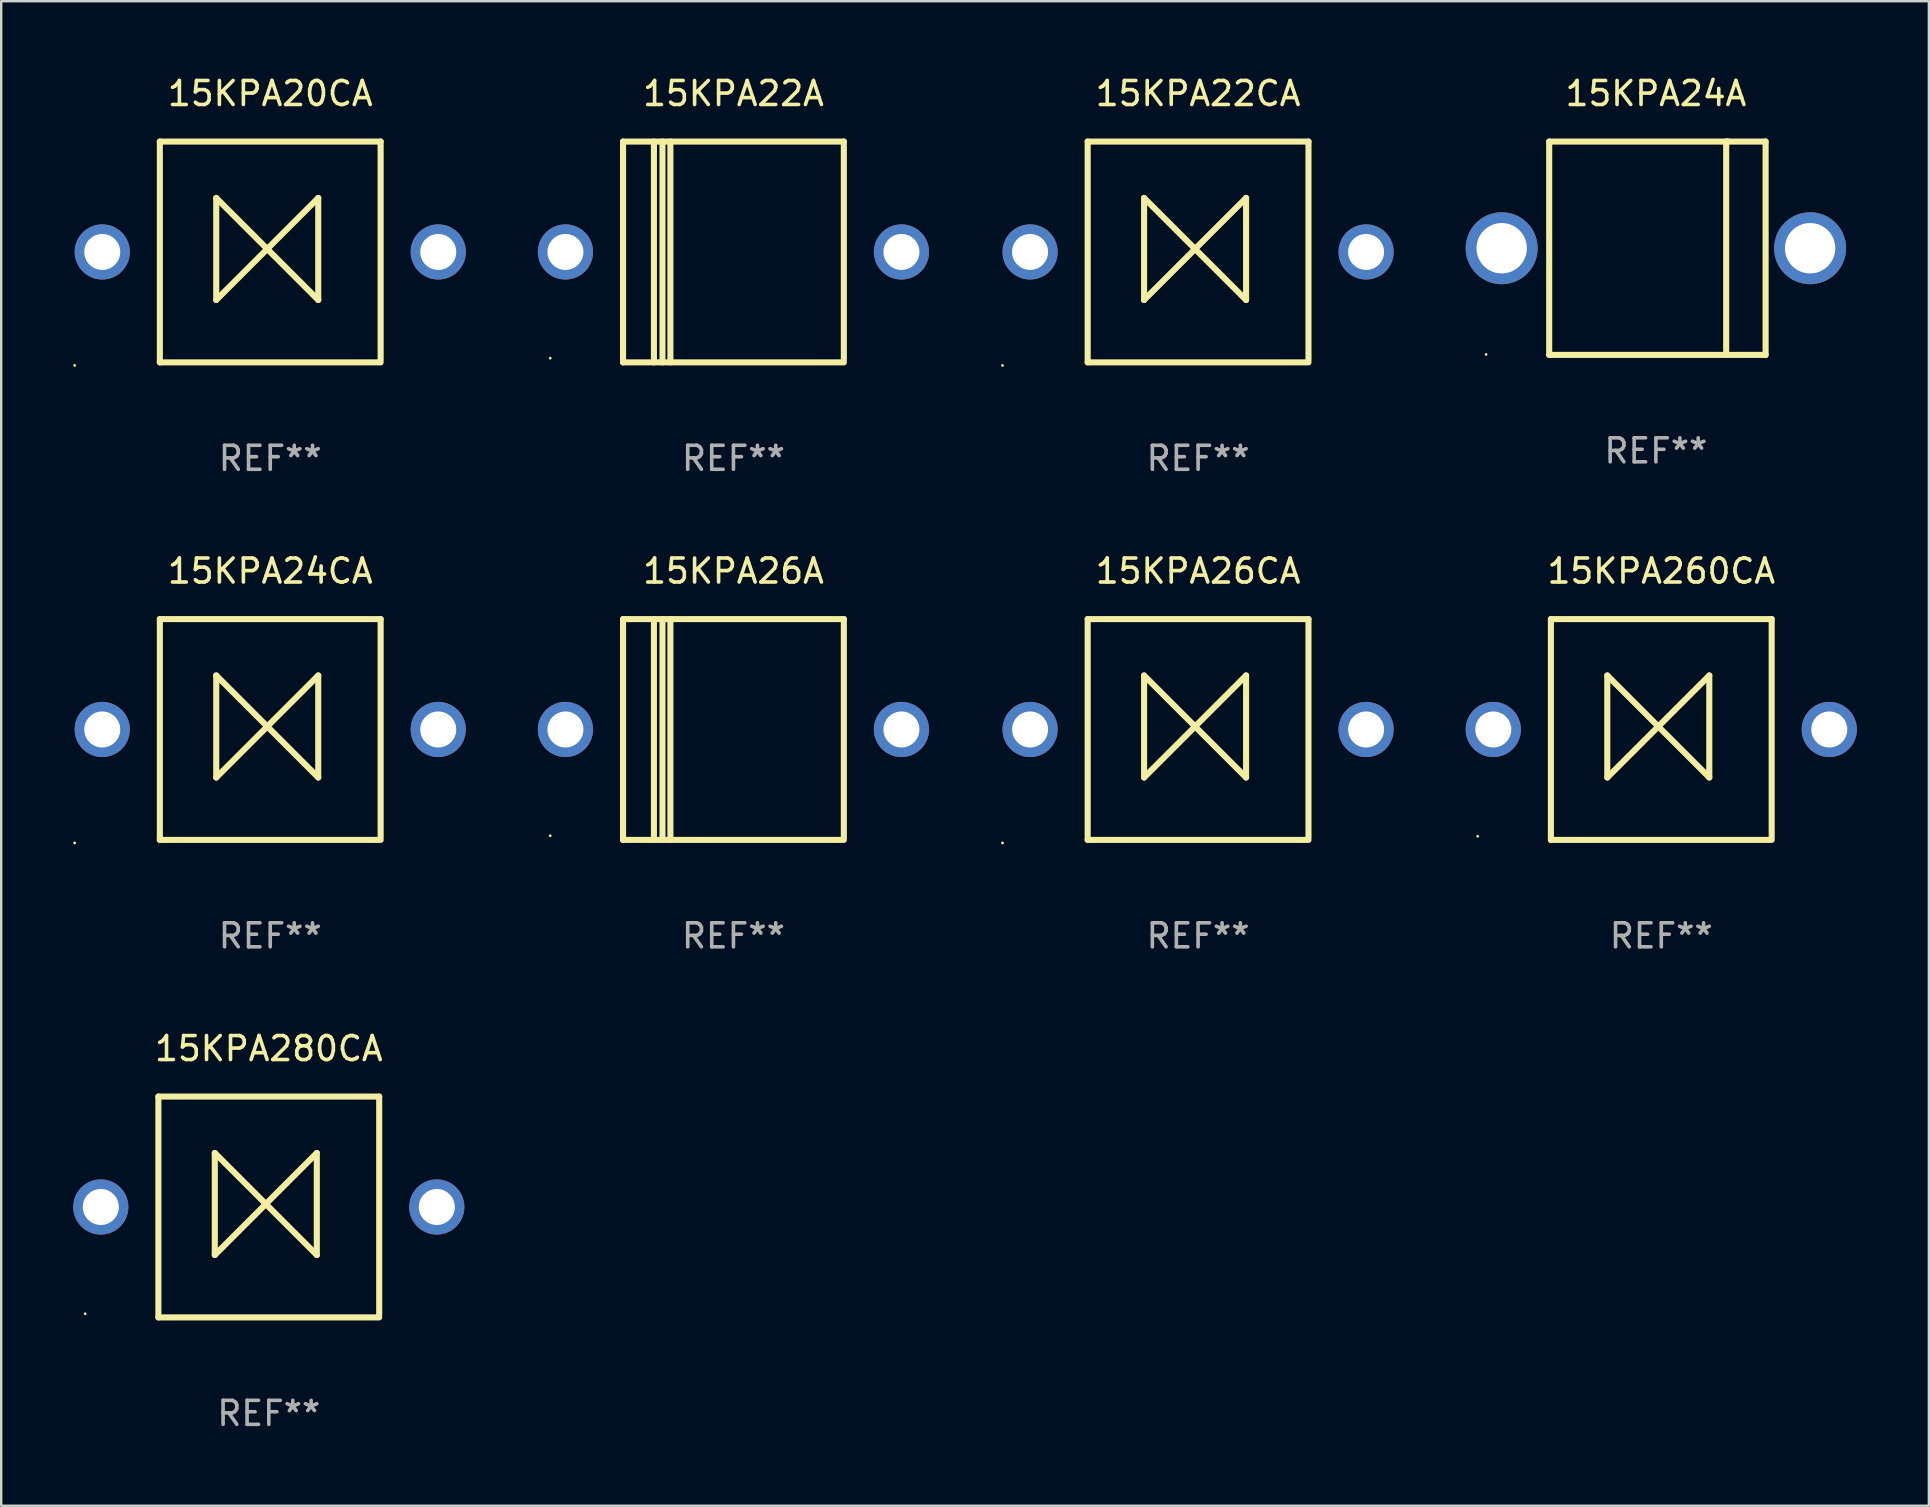
<source format=kicad_pcb>
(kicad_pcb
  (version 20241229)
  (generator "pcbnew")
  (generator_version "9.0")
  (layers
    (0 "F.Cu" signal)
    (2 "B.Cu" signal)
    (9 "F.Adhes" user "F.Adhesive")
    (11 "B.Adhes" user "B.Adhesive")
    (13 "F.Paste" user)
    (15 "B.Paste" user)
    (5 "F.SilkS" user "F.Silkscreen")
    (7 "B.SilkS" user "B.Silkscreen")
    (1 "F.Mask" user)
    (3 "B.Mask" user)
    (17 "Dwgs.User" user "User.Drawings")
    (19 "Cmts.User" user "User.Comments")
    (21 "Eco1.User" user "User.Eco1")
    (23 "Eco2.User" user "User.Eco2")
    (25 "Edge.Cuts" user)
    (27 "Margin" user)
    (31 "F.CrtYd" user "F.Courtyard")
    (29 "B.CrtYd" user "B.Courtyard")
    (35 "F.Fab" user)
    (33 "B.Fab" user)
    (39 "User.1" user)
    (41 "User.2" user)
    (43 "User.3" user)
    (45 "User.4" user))
  (footprint "15KPA26A"
    (layer "F.Cu")
    (at 27.51 27.345)
    (property "Reference" "15KPA26A" (at 0 -6.6 0) (layer "F.SilkS") (effects (font (size 1 1) (thickness 0.15))))
    (attr through_hole)
    (fp_line (start -4.6 -4.6) (end -4.6 4.6) (stroke (width 0.254) (type solid)) (layer "F.SilkS"))
    (fp_line (start -4.6 -4.6) (end 4.6 -4.6) (stroke (width 0.254) (type solid)) (layer "F.SilkS"))
    (fp_line (start -4.6 4.6) (end 4.6 4.6) (stroke (width 0.254) (type solid)) (layer "F.SilkS"))
    (fp_line (start -3.313 -4.6) (end -3.313 4.6) (stroke (width 0.254) (type solid)) (layer "F.SilkS"))
    (fp_line (start -2.957 -4.6) (end -2.957 4.6) (stroke (width 0.254) (type solid)) (layer "F.SilkS"))
    (fp_line (start -2.627 -4.6) (end -2.627 4.6) (stroke (width 0.254) (type solid)) (layer "F.SilkS"))
    (fp_line (start 4.6 -4.6) (end 4.6 4.5) (stroke (width 0.254) (type solid)) (layer "F.SilkS"))
    (fp_circle (center -7.635 4.425) (end -7.605 4.425) (stroke (width 0.06) (type solid)) (fill no) (layer "F.SilkS"))
    (fp_text user "REF**" (at 0 8.6 0) (layer "F.Fab") (effects (font (size 1 1) (thickness 0.15))))
    (pad "1" thru_hole circle (at -7 0) (size 2.3 2.3) (drill 1.5) (layers "*.Cu" "*.Mask"))
    (pad "2" thru_hole circle (at 7 0) (size 2.3 2.3) (drill 1.5) (layers "*.Cu" "*.Mask")))
  (footprint "15KPA22CA"
    (layer "F.Cu")
    (at 46.87 7.448)
    (property "Reference" "15KPA22CA" (at 0 -6.6 0) (layer "F.SilkS") (effects (font (size 1 1) (thickness 0.15))))
    (attr through_hole)
    (fp_line (start -4.6 -4.6) (end -4.6 4.6) (stroke (width 0.254) (type solid)) (layer "F.SilkS"))
    (fp_line (start -4.6 -4.6) (end 4.6 -4.6) (stroke (width 0.254) (type solid)) (layer "F.SilkS"))
    (fp_line (start -4.6 4.6) (end 4.6 4.6) (stroke (width 0.254) (type solid)) (layer "F.SilkS"))
    (fp_line (start -2.25 -2.25) (end -2.25 2) (stroke (width 0.254) (type solid)) (layer "F.SilkS"))
    (fp_line (start -2.25 2) (end 2 -2.25) (stroke (width 0.254) (type solid)) (layer "F.SilkS"))
    (fp_line (start 2 -2.25) (end 2 2) (stroke (width 0.254) (type solid)) (layer "F.SilkS"))
    (fp_line (start 2 2) (end -2.25 -2.25) (stroke (width 0.254) (type solid)) (layer "F.SilkS"))
    (fp_line (start 4.6 -4.6) (end 4.6 4.5) (stroke (width 0.254) (type solid)) (layer "F.SilkS"))
    (fp_circle (center -8.15 4.727) (end -8.12 4.727) (stroke (width 0.06) (type solid)) (fill no) (layer "F.SilkS"))
    (fp_text user "REF**" (at 0 8.6 0) (layer "F.Fab") (effects (font (size 1 1) (thickness 0.15))))
    (pad "1" thru_hole circle (at -7 0) (size 2.3 2.3) (drill 1.5) (layers "*.Cu" "*.Mask"))
    (pad "2" thru_hole circle (at 7 0) (size 2.3 2.3) (drill 1.5) (layers "*.Cu" "*.Mask")))
  (footprint "15KPA26CA"
    (layer "F.Cu")
    (at 46.87 27.345)
    (property "Reference" "15KPA26CA" (at 0 -6.6 0) (layer "F.SilkS") (effects (font (size 1 1) (thickness 0.15))))
    (attr through_hole)
    (fp_line (start -4.6 -4.6) (end -4.6 4.6) (stroke (width 0.254) (type solid)) (layer "F.SilkS"))
    (fp_line (start -4.6 -4.6) (end 4.6 -4.6) (stroke (width 0.254) (type solid)) (layer "F.SilkS"))
    (fp_line (start -4.6 4.6) (end 4.6 4.6) (stroke (width 0.254) (type solid)) (layer "F.SilkS"))
    (fp_line (start -2.25 -2.25) (end -2.25 2) (stroke (width 0.254) (type solid)) (layer "F.SilkS"))
    (fp_line (start -2.25 2) (end 2 -2.25) (stroke (width 0.254) (type solid)) (layer "F.SilkS"))
    (fp_line (start 2 -2.25) (end 2 2) (stroke (width 0.254) (type solid)) (layer "F.SilkS"))
    (fp_line (start 2 2) (end -2.25 -2.25) (stroke (width 0.254) (type solid)) (layer "F.SilkS"))
    (fp_line (start 4.6 -4.6) (end 4.6 4.5) (stroke (width 0.254) (type solid)) (layer "F.SilkS"))
    (fp_circle (center -8.15 4.727) (end -8.12 4.727) (stroke (width 0.06) (type solid)) (fill no) (layer "F.SilkS"))
    (fp_text user "REF**" (at 0 8.6 0) (layer "F.Fab") (effects (font (size 1 1) (thickness 0.15))))
    (pad "1" thru_hole circle (at -7 0) (size 2.3 2.3) (drill 1.5) (layers "*.Cu" "*.Mask"))
    (pad "2" thru_hole circle (at 7 0) (size 2.3 2.3) (drill 1.5) (layers "*.Cu" "*.Mask")))
  (footprint "15KPA280CA"
    (layer "F.Cu")
    (at 8.15 47.241)
    (property "Reference" "15KPA280CA" (at 0 -6.6 0) (layer "F.SilkS") (effects (font (size 1 1) (thickness 0.15))))
    (attr through_hole)
    (fp_line (start -4.6 -4.6) (end -4.6 4.6) (stroke (width 0.254) (type solid)) (layer "F.SilkS"))
    (fp_line (start -4.6 -4.6) (end 4.6 -4.6) (stroke (width 0.254) (type solid)) (layer "F.SilkS"))
    (fp_line (start -4.6 4.6) (end 4.6 4.6) (stroke (width 0.254) (type solid)) (layer "F.SilkS"))
    (fp_line (start -2.25 -2.25) (end -2.25 2) (stroke (width 0.254) (type solid)) (layer "F.SilkS"))
    (fp_line (start -2.25 2) (end 2 -2.25) (stroke (width 0.254) (type solid)) (layer "F.SilkS"))
    (fp_line (start 2 -2.25) (end 2 2) (stroke (width 0.254) (type solid)) (layer "F.SilkS"))
    (fp_line (start 2 2) (end -2.25 -2.25) (stroke (width 0.254) (type solid)) (layer "F.SilkS"))
    (fp_line (start 4.6 -4.6) (end 4.6 4.5) (stroke (width 0.254) (type solid)) (layer "F.SilkS"))
    (fp_circle (center -7.65 4.45) (end -7.62 4.45) (stroke (width 0.06) (type solid)) (fill no) (layer "F.SilkS"))
    (fp_text user "REF**" (at 0 8.6 0) (layer "F.Fab") (effects (font (size 1 1) (thickness 0.15))))
    (pad "1" thru_hole circle (at -7 0) (size 2.3 2.3) (drill 1.5) (layers "*.Cu" "*.Mask"))
    (pad "2" thru_hole circle (at 7 0) (size 2.3 2.3) (drill 1.5) (layers "*.Cu" "*.Mask")))
  (footprint "15KPA20CA"
    (layer "F.Cu")
    (at 8.21 7.448)
    (property "Reference" "15KPA20CA" (at 0 -6.6 0) (layer "F.SilkS") (effects (font (size 1 1) (thickness 0.15))))
    (attr through_hole)
    (fp_line (start -4.6 -4.6) (end -4.6 4.6) (stroke (width 0.254) (type solid)) (layer "F.SilkS"))
    (fp_line (start -4.6 -4.6) (end 4.6 -4.6) (stroke (width 0.254) (type solid)) (layer "F.SilkS"))
    (fp_line (start -4.6 4.6) (end 4.6 4.6) (stroke (width 0.254) (type solid)) (layer "F.SilkS"))
    (fp_line (start -2.25 -2.25) (end -2.25 2) (stroke (width 0.254) (type solid)) (layer "F.SilkS"))
    (fp_line (start -2.25 2) (end 2 -2.25) (stroke (width 0.254) (type solid)) (layer "F.SilkS"))
    (fp_line (start 2 -2.25) (end 2 2) (stroke (width 0.254) (type solid)) (layer "F.SilkS"))
    (fp_line (start 2 2) (end -2.25 -2.25) (stroke (width 0.254) (type solid)) (layer "F.SilkS"))
    (fp_line (start 4.6 -4.6) (end 4.6 4.5) (stroke (width 0.254) (type solid)) (layer "F.SilkS"))
    (fp_circle (center -8.15 4.727) (end -8.12 4.727) (stroke (width 0.06) (type solid)) (fill no) (layer "F.SilkS"))
    (fp_text user "REF**" (at 0 8.6 0) (layer "F.Fab") (effects (font (size 1 1) (thickness 0.15))))
    (pad "1" thru_hole circle (at -7 0) (size 2.3 2.3) (drill 1.5) (layers "*.Cu" "*.Mask"))
    (pad "2" thru_hole circle (at 7 0) (size 2.3 2.3) (drill 1.5) (layers "*.Cu" "*.Mask")))
  (footprint "15KPA22A"
    (layer "F.Cu")
    (at 27.51 7.448)
    (property "Reference" "15KPA22A" (at 0 -6.6 0) (layer "F.SilkS") (effects (font (size 1 1) (thickness 0.15))))
    (attr through_hole)
    (fp_line (start -4.6 -4.6) (end -4.6 4.6) (stroke (width 0.254) (type solid)) (layer "F.SilkS"))
    (fp_line (start -4.6 -4.6) (end 4.6 -4.6) (stroke (width 0.254) (type solid)) (layer "F.SilkS"))
    (fp_line (start -4.6 4.6) (end 4.6 4.6) (stroke (width 0.254) (type solid)) (layer "F.SilkS"))
    (fp_line (start -3.313 -4.6) (end -3.313 4.6) (stroke (width 0.254) (type solid)) (layer "F.SilkS"))
    (fp_line (start -2.957 -4.6) (end -2.957 4.6) (stroke (width 0.254) (type solid)) (layer "F.SilkS"))
    (fp_line (start -2.627 -4.6) (end -2.627 4.6) (stroke (width 0.254) (type solid)) (layer "F.SilkS"))
    (fp_line (start 4.6 -4.6) (end 4.6 4.5) (stroke (width 0.254) (type solid)) (layer "F.SilkS"))
    (fp_circle (center -7.635 4.425) (end -7.605 4.425) (stroke (width 0.06) (type solid)) (fill no) (layer "F.SilkS"))
    (fp_text user "REF**" (at 0 8.6 0) (layer "F.Fab") (effects (font (size 1 1) (thickness 0.15))))
    (pad "1" thru_hole circle (at -7 0) (size 2.3 2.3) (drill 1.5) (layers "*.Cu" "*.Mask"))
    (pad "2" thru_hole circle (at 7 0) (size 2.3 2.3) (drill 1.5) (layers "*.Cu" "*.Mask")))
  (footprint "15KPA260CA"
    (layer "F.Cu")
    (at 66.17 27.345)
    (property "Reference" "15KPA260CA" (at 0 -6.6 0) (layer "F.SilkS") (effects (font (size 1 1) (thickness 0.15))))
    (attr through_hole)
    (fp_line (start -4.6 -4.6) (end -4.6 4.6) (stroke (width 0.254) (type solid)) (layer "F.SilkS"))
    (fp_line (start -4.6 -4.6) (end 4.6 -4.6) (stroke (width 0.254) (type solid)) (layer "F.SilkS"))
    (fp_line (start -4.6 4.6) (end 4.6 4.6) (stroke (width 0.254) (type solid)) (layer "F.SilkS"))
    (fp_line (start -2.25 -2.25) (end -2.25 2) (stroke (width 0.254) (type solid)) (layer "F.SilkS"))
    (fp_line (start -2.25 2) (end 2 -2.25) (stroke (width 0.254) (type solid)) (layer "F.SilkS"))
    (fp_line (start 2 -2.25) (end 2 2) (stroke (width 0.254) (type solid)) (layer "F.SilkS"))
    (fp_line (start 2 2) (end -2.25 -2.25) (stroke (width 0.254) (type solid)) (layer "F.SilkS"))
    (fp_line (start 4.6 -4.6) (end 4.6 4.5) (stroke (width 0.254) (type solid)) (layer "F.SilkS"))
    (fp_circle (center -7.65 4.45) (end -7.62 4.45) (stroke (width 0.06) (type solid)) (fill no) (layer "F.SilkS"))
    (fp_text user "REF**" (at 0 8.6 0) (layer "F.Fab") (effects (font (size 1 1) (thickness 0.15))))
    (pad "1" thru_hole circle (at -7 0) (size 2.3 2.3) (drill 1.5) (layers "*.Cu" "*.Mask"))
    (pad "2" thru_hole circle (at 7 0) (size 2.3 2.3) (drill 1.5) (layers "*.Cu" "*.Mask")))
  (footprint "15KPA24A"
    (layer "F.Cu")
    (at 65.945 7.293)
    (property "Reference" "15KPA24A" (at 0 -6.445 0) (layer "F.SilkS") (effects (font (size 1 1) (thickness 0.15))))
    (attr through_hole)
    (fp_line (start -4.445 -4.445) (end -4.445 4.445) (stroke (width 0.254) (type solid)) (layer "F.SilkS"))
    (fp_line (start -4.445 4.445) (end 4.572 4.445) (stroke (width 0.254) (type solid)) (layer "F.SilkS"))
    (fp_line (start 2.929 -4.445) (end 2.929 4.445) (stroke (width 0.254) (type solid)) (layer "F.SilkS"))
    (fp_line (start 3.029 -4.445) (end 2.929 -4.445) (stroke (width 0.254) (type solid)) (layer "F.SilkS"))
    (fp_line (start 4.572 -4.445) (end -4.445 -4.445) (stroke (width 0.254) (type solid)) (layer "F.SilkS"))
    (fp_line (start 4.572 4.445) (end 4.572 -4.445) (stroke (width 0.254) (type solid)) (layer "F.SilkS"))
    (fp_circle (center -7.075 4.425) (end -7.045 4.425) (stroke (width 0.06) (type solid)) (fill no) (layer "F.SilkS"))
    (fp_text user "REF**" (at 0 8.445 0) (layer "F.Fab") (effects (font (size 1 1) (thickness 0.15))))
    (pad "1" thru_hole circle (at -6.425 0) (size 3 3) (drill 2.1) (layers "*.Cu" "*.Mask"))
    (pad "2" thru_hole circle (at 6.425 0) (size 3 3) (drill 2.1) (layers "*.Cu" "*.Mask")))
  (footprint "15KPA24CA"
    (layer "F.Cu")
    (at 8.21 27.345)
    (property "Reference" "15KPA24CA" (at 0 -6.6 0) (layer "F.SilkS") (effects (font (size 1 1) (thickness 0.15))))
    (attr through_hole)
    (fp_line (start -4.6 -4.6) (end -4.6 4.6) (stroke (width 0.254) (type solid)) (layer "F.SilkS"))
    (fp_line (start -4.6 -4.6) (end 4.6 -4.6) (stroke (width 0.254) (type solid)) (layer "F.SilkS"))
    (fp_line (start -4.6 4.6) (end 4.6 4.6) (stroke (width 0.254) (type solid)) (layer "F.SilkS"))
    (fp_line (start -2.25 -2.25) (end -2.25 2) (stroke (width 0.254) (type solid)) (layer "F.SilkS"))
    (fp_line (start -2.25 2) (end 2 -2.25) (stroke (width 0.254) (type solid)) (layer "F.SilkS"))
    (fp_line (start 2 -2.25) (end 2 2) (stroke (width 0.254) (type solid)) (layer "F.SilkS"))
    (fp_line (start 2 2) (end -2.25 -2.25) (stroke (width 0.254) (type solid)) (layer "F.SilkS"))
    (fp_line (start 4.6 -4.6) (end 4.6 4.5) (stroke (width 0.254) (type solid)) (layer "F.SilkS"))
    (fp_circle (center -8.15 4.727) (end -8.12 4.727) (stroke (width 0.06) (type solid)) (fill no) (layer "F.SilkS"))
    (fp_text user "REF**" (at 0 8.6 0) (layer "F.Fab") (effects (font (size 1 1) (thickness 0.15))))
    (pad "1" thru_hole circle (at -7 0) (size 2.3 2.3) (drill 1.5) (layers "*.Cu" "*.Mask"))
    (pad "2" thru_hole circle (at 7 0) (size 2.3 2.3) (drill 1.5) (layers "*.Cu" "*.Mask")))
  (gr_rect
    (start -3 -3)
    (end 77.32 59.69)
    (stroke (width 0.1) (type default))
    (fill no)
    (layer "Edge.Cuts")))
</source>
